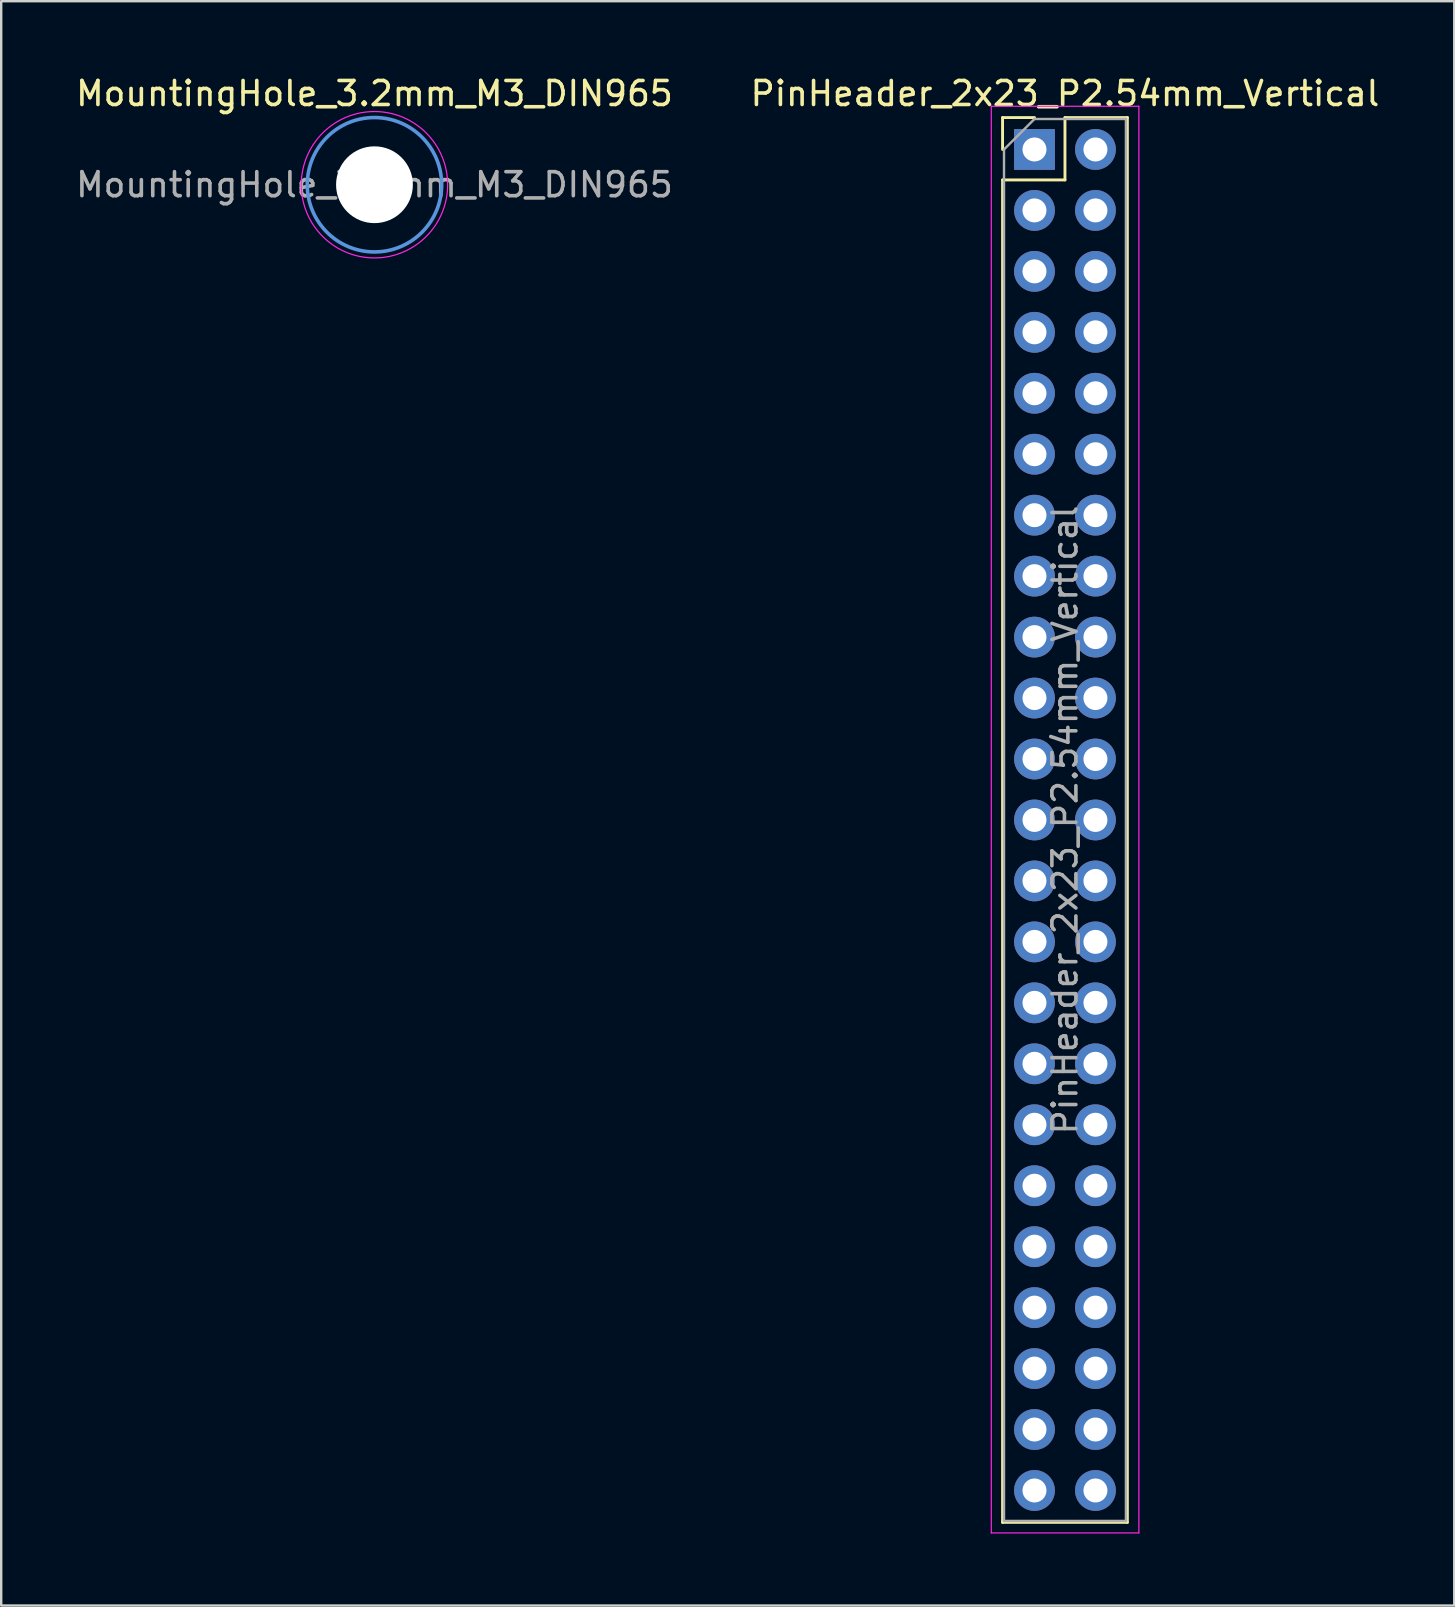
<source format=kicad_pcb>
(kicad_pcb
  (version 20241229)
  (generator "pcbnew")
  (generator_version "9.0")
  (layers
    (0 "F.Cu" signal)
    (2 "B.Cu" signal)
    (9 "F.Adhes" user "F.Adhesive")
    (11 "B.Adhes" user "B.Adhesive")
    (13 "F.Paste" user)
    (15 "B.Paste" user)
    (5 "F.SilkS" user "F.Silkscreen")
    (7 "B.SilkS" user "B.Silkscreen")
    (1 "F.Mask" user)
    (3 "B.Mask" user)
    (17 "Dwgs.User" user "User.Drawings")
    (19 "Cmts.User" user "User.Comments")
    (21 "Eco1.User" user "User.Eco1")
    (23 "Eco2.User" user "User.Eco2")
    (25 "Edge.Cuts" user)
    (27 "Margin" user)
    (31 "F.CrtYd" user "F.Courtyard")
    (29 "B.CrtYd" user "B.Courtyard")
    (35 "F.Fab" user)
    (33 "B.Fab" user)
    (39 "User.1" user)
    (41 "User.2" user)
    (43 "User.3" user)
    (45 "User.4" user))
  (footprint "PinHeader_2x23_P2.54mm_Vertical"
    (layer "F.Cu")
    (at 40.057 3.178)
    (property "Reference" "PinHeader_2x23_P2.54mm_Vertical" (at 1.27 -2.33 180) (layer "F.SilkS") (effects (font (size 1 1) (thickness 0.15))))
    (attr through_hole)
    (fp_line (start -1.33 -1.33) (end 0 -1.33) (stroke (width 0.12) (type solid)) (layer "F.SilkS"))
    (fp_line (start -1.33 0) (end -1.33 -1.33) (stroke (width 0.12) (type solid)) (layer "F.SilkS"))
    (fp_line (start -1.33 1.27) (end -1.33 57.21) (stroke (width 0.12) (type solid)) (layer "F.SilkS"))
    (fp_line (start -1.33 1.27) (end 1.27 1.27) (stroke (width 0.12) (type solid)) (layer "F.SilkS"))
    (fp_line (start -1.33 57.21) (end 3.87 57.21) (stroke (width 0.12) (type solid)) (layer "F.SilkS"))
    (fp_line (start 1.27 -1.33) (end 3.87 -1.33) (stroke (width 0.12) (type solid)) (layer "F.SilkS"))
    (fp_line (start 1.27 1.27) (end 1.27 -1.33) (stroke (width 0.12) (type solid)) (layer "F.SilkS"))
    (fp_line (start 3.87 -1.33) (end 3.87 57.21) (stroke (width 0.12) (type solid)) (layer "F.SilkS"))
    (fp_line (start -1.8 -1.8) (end -1.8 57.65) (stroke (width 0.05) (type solid)) (layer "F.CrtYd"))
    (fp_line (start -1.8 57.65) (end 4.35 57.65) (stroke (width 0.05) (type solid)) (layer "F.CrtYd"))
    (fp_line (start 4.35 -1.8) (end -1.8 -1.8) (stroke (width 0.05) (type solid)) (layer "F.CrtYd"))
    (fp_line (start 4.35 57.65) (end 4.35 -1.8) (stroke (width 0.05) (type solid)) (layer "F.CrtYd"))
    (fp_line (start -1.27 0) (end 0 -1.27) (stroke (width 0.1) (type solid)) (layer "F.Fab"))
    (fp_line (start -1.27 57.15) (end -1.27 0) (stroke (width 0.1) (type solid)) (layer "F.Fab"))
    (fp_line (start 0 -1.27) (end 3.81 -1.27) (stroke (width 0.1) (type solid)) (layer "F.Fab"))
    (fp_line (start 3.81 -1.27) (end 3.81 57.15) (stroke (width 0.1) (type solid)) (layer "F.Fab"))
    (fp_line (start 3.81 57.15) (end -1.27 57.15) (stroke (width 0.1) (type solid)) (layer "F.Fab"))
    (fp_text user "${REFERENCE}" (at 1.27 27.94 270) (layer "F.Fab") (effects (font (size 1 1) (thickness 0.15))))
    (pad "1" thru_hole rect (at 0 0) (size 1.7 1.7) (drill 1) (layers "*.Cu" "*.Mask"))
    (pad "2" thru_hole oval (at 2.54 0) (size 1.7 1.7) (drill 1) (layers "*.Cu" "*.Mask"))
    (pad "3" thru_hole oval (at 0 2.54) (size 1.7 1.7) (drill 1) (layers "*.Cu" "*.Mask"))
    (pad "4" thru_hole oval (at 2.54 2.54) (size 1.7 1.7) (drill 1) (layers "*.Cu" "*.Mask"))
    (pad "5" thru_hole oval (at 0 5.08) (size 1.7 1.7) (drill 1) (layers "*.Cu" "*.Mask"))
    (pad "6" thru_hole oval (at 2.54 5.08) (size 1.7 1.7) (drill 1) (layers "*.Cu" "*.Mask"))
    (pad "7" thru_hole oval (at 0 7.62) (size 1.7 1.7) (drill 1) (layers "*.Cu" "*.Mask"))
    (pad "8" thru_hole oval (at 2.54 7.62) (size 1.7 1.7) (drill 1) (layers "*.Cu" "*.Mask"))
    (pad "9" thru_hole oval (at 0 10.16) (size 1.7 1.7) (drill 1) (layers "*.Cu" "*.Mask"))
    (pad "10" thru_hole oval (at 2.54 10.16) (size 1.7 1.7) (drill 1) (layers "*.Cu" "*.Mask"))
    (pad "11" thru_hole oval (at 0 12.7) (size 1.7 1.7) (drill 1) (layers "*.Cu" "*.Mask"))
    (pad "12" thru_hole oval (at 2.54 12.7) (size 1.7 1.7) (drill 1) (layers "*.Cu" "*.Mask"))
    (pad "13" thru_hole oval (at 0 15.24) (size 1.7 1.7) (drill 1) (layers "*.Cu" "*.Mask"))
    (pad "14" thru_hole oval (at 2.54 15.24) (size 1.7 1.7) (drill 1) (layers "*.Cu" "*.Mask"))
    (pad "15" thru_hole oval (at 0 17.78) (size 1.7 1.7) (drill 1) (layers "*.Cu" "*.Mask"))
    (pad "16" thru_hole oval (at 2.54 17.78) (size 1.7 1.7) (drill 1) (layers "*.Cu" "*.Mask"))
    (pad "17" thru_hole oval (at 0 20.32) (size 1.7 1.7) (drill 1) (layers "*.Cu" "*.Mask"))
    (pad "18" thru_hole oval (at 2.54 20.32) (size 1.7 1.7) (drill 1) (layers "*.Cu" "*.Mask"))
    (pad "19" thru_hole oval (at 0 22.86) (size 1.7 1.7) (drill 1) (layers "*.Cu" "*.Mask"))
    (pad "20" thru_hole oval (at 2.54 22.86) (size 1.7 1.7) (drill 1) (layers "*.Cu" "*.Mask"))
    (pad "21" thru_hole oval (at 0 25.4) (size 1.7 1.7) (drill 1) (layers "*.Cu" "*.Mask"))
    (pad "22" thru_hole oval (at 2.54 25.4) (size 1.7 1.7) (drill 1) (layers "*.Cu" "*.Mask"))
    (pad "23" thru_hole oval (at 0 27.94) (size 1.7 1.7) (drill 1) (layers "*.Cu" "*.Mask"))
    (pad "24" thru_hole oval (at 2.54 27.94) (size 1.7 1.7) (drill 1) (layers "*.Cu" "*.Mask"))
    (pad "25" thru_hole oval (at 0 30.48) (size 1.7 1.7) (drill 1) (layers "*.Cu" "*.Mask"))
    (pad "26" thru_hole oval (at 2.54 30.48) (size 1.7 1.7) (drill 1) (layers "*.Cu" "*.Mask"))
    (pad "27" thru_hole oval (at 0 33.02) (size 1.7 1.7) (drill 1) (layers "*.Cu" "*.Mask"))
    (pad "28" thru_hole oval (at 2.54 33.02) (size 1.7 1.7) (drill 1) (layers "*.Cu" "*.Mask"))
    (pad "29" thru_hole oval (at 0 35.56) (size 1.7 1.7) (drill 1) (layers "*.Cu" "*.Mask"))
    (pad "30" thru_hole oval (at 2.54 35.56) (size 1.7 1.7) (drill 1) (layers "*.Cu" "*.Mask"))
    (pad "31" thru_hole oval (at 0 38.1) (size 1.7 1.7) (drill 1) (layers "*.Cu" "*.Mask"))
    (pad "32" thru_hole oval (at 2.54 38.1) (size 1.7 1.7) (drill 1) (layers "*.Cu" "*.Mask"))
    (pad "33" thru_hole oval (at 0 40.64) (size 1.7 1.7) (drill 1) (layers "*.Cu" "*.Mask"))
    (pad "34" thru_hole oval (at 2.54 40.64) (size 1.7 1.7) (drill 1) (layers "*.Cu" "*.Mask"))
    (pad "35" thru_hole oval (at 0 43.18) (size 1.7 1.7) (drill 1) (layers "*.Cu" "*.Mask"))
    (pad "36" thru_hole oval (at 2.54 43.18) (size 1.7 1.7) (drill 1) (layers "*.Cu" "*.Mask"))
    (pad "37" thru_hole oval (at 0 45.72) (size 1.7 1.7) (drill 1) (layers "*.Cu" "*.Mask"))
    (pad "38" thru_hole oval (at 2.54 45.72) (size 1.7 1.7) (drill 1) (layers "*.Cu" "*.Mask"))
    (pad "39" thru_hole oval (at 0 48.26) (size 1.7 1.7) (drill 1) (layers "*.Cu" "*.Mask"))
    (pad "40" thru_hole oval (at 2.54 48.26) (size 1.7 1.7) (drill 1) (layers "*.Cu" "*.Mask"))
    (pad "41" thru_hole oval (at 0 50.8) (size 1.7 1.7) (drill 1) (layers "*.Cu" "*.Mask"))
    (pad "42" thru_hole oval (at 2.54 50.8) (size 1.7 1.7) (drill 1) (layers "*.Cu" "*.Mask"))
    (pad "43" thru_hole oval (at 0 53.34) (size 1.7 1.7) (drill 1) (layers "*.Cu" "*.Mask"))
    (pad "44" thru_hole oval (at 2.54 53.34) (size 1.7 1.7) (drill 1) (layers "*.Cu" "*.Mask"))
    (pad "45" thru_hole oval (at 0 55.88) (size 1.7 1.7) (drill 1) (layers "*.Cu" "*.Mask"))
    (pad "46" thru_hole oval (at 2.54 55.88) (size 1.7 1.7) (drill 1) (layers "*.Cu" "*.Mask")))
  (footprint "MountingHole_3.2mm_M3_DIN965"
    (layer "F.Cu")
    (at 12.554 4.648)
    (property "Reference" "MountingHole_3.2mm_M3_DIN965" (at 0 -3.8 0) (layer "F.SilkS") (effects (font (size 1 1) (thickness 0.15))))
    (attr exclude_from_pos_files exclude_from_bom)
    (fp_circle (center 0 0) (end 2.8 0) (stroke (width 0.15) (type solid)) (fill no) (layer "Cmts.User"))
    (fp_circle (center 0 0) (end 3.05 0) (stroke (width 0.05) (type solid)) (fill no) (layer "F.CrtYd"))
    (fp_text user "${REFERENCE}" (at 0 0 0) (layer "F.Fab") (effects (font (size 1 1) (thickness 0.15))))
    (pad "" np_thru_hole circle (at 0 0) (size 3.2 3.2) (drill 3.2) (layers "*.Cu" "*.Mask")))
  (gr_rect
    (start -3 -3)
    (end 57.548 63.853)
    (stroke (width 0.1) (type default))
    (fill no)
    (layer "Edge.Cuts")))
</source>
